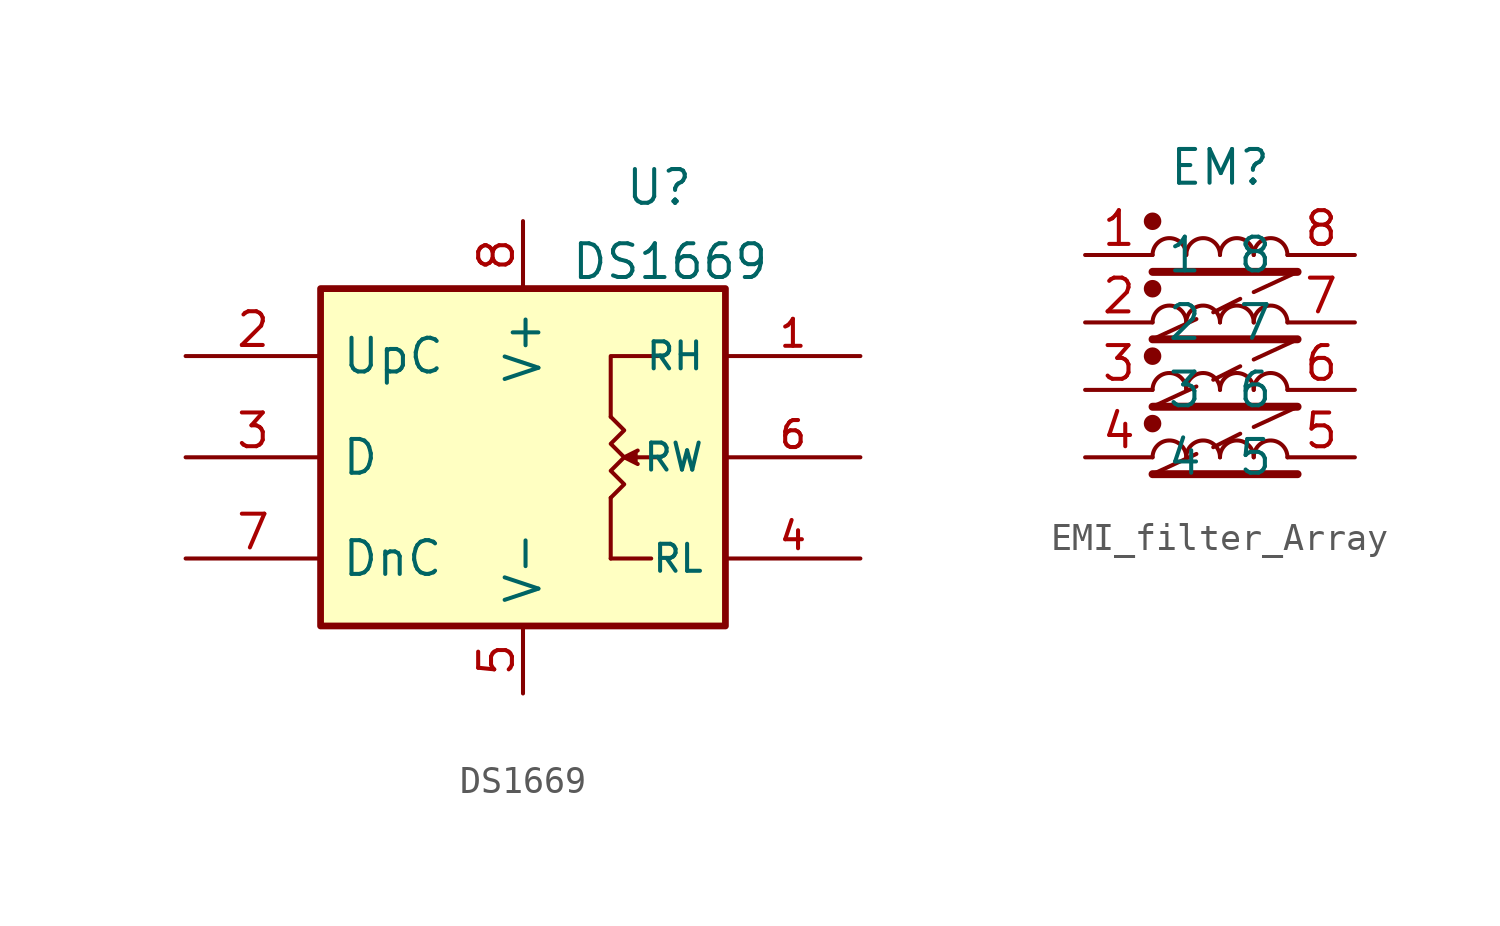
<source format=kicad_sym>
(kicad_symbol_lib
  (version 20241209)
  (generator "kicad_symbol_editor")
  (generator_version "9.0")
  (symbol "DS1669"
    (pin_names
      (offset 0.762))
    (property "Reference" "U"
      (at 3.81 10.16 0)
      (effects (font (size 1.27 1.27)) (justify left)))
    (property "Value" "DS1669"
      (at 1.778 7.366 0)
      (effects (font (size 1.27 1.27)) (justify left)))
    (symbol "DS1669_0_1"
      (rectangle (start -7.62 6.35) (end 7.62 -6.35) (stroke (width 0.254) (type default)) (fill (type background)))
      (polyline (pts (xy 3.302 1.524) (xy 3.302 3.81) (xy 5.08 3.81)) (stroke (width 0) (type default)) (fill (type none)))
      (polyline (pts (xy 3.302 -1.524) (xy 3.302 -3.81)) (stroke (width 0) (type default)) (fill (type none)))
      (polyline (pts (xy 3.81 0) (xy 3.302 0.508) (xy 3.81 1.016) (xy 3.302 1.524)) (stroke (width 0) (type default)) (fill (type none)))
      (polyline (pts (xy 3.81 0) (xy 3.302 -0.508) (xy 3.81 -1.016) (xy 3.302 -1.524) (xy 3.302 -1.524)) (stroke (width 0) (type default)) (fill (type none)))
      (polyline (pts (xy 4.318 -0.254) (xy 3.81 0) (xy 4.318 0.254)) (stroke (width 0) (type default)) (fill (type outline)))
      (polyline (pts (xy 4.826 -3.81) (xy 3.302 -3.81)) (stroke (width 0) (type default)) (fill (type none)))
      (polyline (pts (xy 5.08 0) (xy 4.318 0)) (stroke (width 0) (type default)) (fill (type none))))
    (symbol "DS1669_1_1"
      (pin input line (at -12.7 3.81 0) (length 5.08) (name "UpC" (effects (font (size 1.27 1.27)))) (number "2" (effects (font (size 1.27 1.27)))))
      (pin input line (at -12.7 0 0) (length 5.08) (name "D" (effects (font (size 1.27 1.27)))) (number "3" (effects (font (size 1.27 1.27)))))
      (pin input line (at -12.7 -3.81 0) (length 5.08) (name "DnC" (effects (font (size 1.27 1.27)))) (number "7" (effects (font (size 1.27 1.27)))))
      (pin power_in line (at 0 8.89 270) (length 2.54) (name "V+" (effects (font (size 1.27 1.27)))) (number "8" (effects (font (size 1.27 1.27)))))
      (pin power_in line (at 0 -8.89 90) (length 2.54) (name "V-" (effects (font (size 1.27 1.27)))) (number "5" (effects (font (size 1.27 1.27)))))
      (pin passive line (at 12.7 3.81 180) (length 5.08) (name "RH" (effects (font (size 1.016 1.016)))) (number "1" (effects (font (size 1.016 1.016)))))
      (pin passive line (at 12.7 0 180) (length 5.08) (name "RW" (effects (font (size 1.016 1.016)))) (number "6" (effects (font (size 1.016 1.016)))))
      (pin passive line (at 12.7 -3.81 180) (length 5.08) (name "RL" (effects (font (size 1.016 1.016)))) (number "4" (effects (font (size 1.016 1.016)))))))
  (symbol "EMI_filter_Array"
    (property "Reference" "EM"
      (at 0 7.112 0)
      (effects (font (size 1.27 1.27))))
    (property "Value" ""
      (at 0 0 0)
      (effects (font (size 1.27 1.27))))
    (symbol "EMI_filter_Array_0_1"
      (circle (center -2.54 5.08) (radius 0.254) (stroke (width 0) (type default)) (fill (type outline)))
      (polyline (pts (xy -2.54 3.175) (xy 2.921 3.175)) (stroke (width 0.3) (type default)) (fill (type none)))
      (circle (center -2.54 2.54) (radius 0.254) (stroke (width 0) (type default)) (fill (type outline)))
      (polyline (pts (xy -2.54 0.635) (xy 2.921 0.635)) (stroke (width 0.3) (type default)) (fill (type none)))
      (circle (center -2.54 0) (radius 0.254) (stroke (width 0) (type default)) (fill (type outline)))
      (polyline (pts (xy -2.54 -1.905) (xy 2.921 -1.905)) (stroke (width 0.3) (type default)) (fill (type none)))
      (circle (center -2.54 -2.54) (radius 0.254) (stroke (width 0) (type default)) (fill (type outline)))
      (polyline (pts (xy -2.54 -4.445) (xy 2.921 -4.445)) (stroke (width 0.3) (type default)) (fill (type none)))
      (arc (start -2.54 3.81) (mid -1.905 4.4423) (end -1.27 3.81) (stroke (width 0) (type default)) (fill (type none)))
      (arc (start -2.54 1.27) (mid -1.905 1.9023) (end -1.27 1.27) (stroke (width 0) (type default)) (fill (type none)))
      (arc (start -2.54 -1.27) (mid -1.905 -0.6377) (end -1.27 -1.27) (stroke (width 0) (type default)) (fill (type none)))
      (arc (start -2.54 -3.81) (mid -1.905 -3.1777) (end -1.27 -3.81) (stroke (width 0) (type default)) (fill (type none)))
      (polyline (pts (xy -0.889 1.397) (xy -2.54 0.635)) (stroke (width 0.152) (type default)) (fill (type none)))
      (polyline (pts (xy -0.889 -1.143) (xy -2.54 -1.905)) (stroke (width 0.152) (type default)) (fill (type none)))
      (polyline (pts (xy -0.889 -3.683) (xy -2.54 -4.445)) (stroke (width 0.152) (type default)) (fill (type none)))
      (arc (start -1.27 3.81) (mid -0.635 4.4423) (end 0 3.81) (stroke (width 0) (type default)) (fill (type none)))
      (arc (start -1.27 1.27) (mid -0.635 1.9023) (end 0 1.27) (stroke (width 0) (type default)) (fill (type none)))
      (arc (start -1.27 -1.27) (mid -0.635 -0.6377) (end 0 -1.27) (stroke (width 0) (type default)) (fill (type none)))
      (arc (start -1.27 -3.81) (mid -0.635 -3.1777) (end 0 -3.81) (stroke (width 0) (type default)) (fill (type none)))
      (arc (start 0 3.81) (mid 0.635 4.4423) (end 1.27 3.81) (stroke (width 0) (type default)) (fill (type none)))
      (arc (start 0 1.27) (mid 0.635 1.9023) (end 1.27 1.27) (stroke (width 0) (type default)) (fill (type none)))
      (arc (start 0 -1.27) (mid 0.635 -0.6377) (end 1.27 -1.27) (stroke (width 0) (type default)) (fill (type none)))
      (arc (start 0 -3.81) (mid 0.635 -3.1777) (end 1.27 -3.81) (stroke (width 0) (type default)) (fill (type none)))
      (polyline (pts (xy 0.762 2.159) (xy -0.254 1.651)) (stroke (width 0.152) (type default)) (fill (type none)))
      (polyline (pts (xy 0.762 -0.381) (xy -0.254 -0.889)) (stroke (width 0.152) (type default)) (fill (type none)))
      (polyline (pts (xy 0.762 -2.921) (xy -0.254 -3.429)) (stroke (width 0.152) (type default)) (fill (type none)))
      (arc (start 1.27 3.81) (mid 1.905 4.4423) (end 2.54 3.81) (stroke (width 0) (type default)) (fill (type none)))
      (arc (start 1.27 1.27) (mid 1.905 1.9023) (end 2.54 1.27) (stroke (width 0) (type default)) (fill (type none)))
      (arc (start 1.27 -1.27) (mid 1.905 -0.6377) (end 2.54 -1.27) (stroke (width 0) (type default)) (fill (type none)))
      (arc (start 1.27 -3.81) (mid 1.905 -3.1777) (end 2.54 -3.81) (stroke (width 0) (type default)) (fill (type none)))
      (polyline (pts (xy 2.921 3.175) (xy 1.27 2.413)) (stroke (width 0.152) (type default)) (fill (type none)))
      (polyline (pts (xy 2.921 0.635) (xy 1.27 -0.127)) (stroke (width 0.152) (type default)) (fill (type none)))
      (polyline (pts (xy 2.921 -1.905) (xy 1.27 -2.667)) (stroke (width 0.152) (type default)) (fill (type none))))
    (symbol "EMI_filter_Array_1_1"
      (pin passive line (at -5.08 3.81 0) (length 2.54) (name "1" (effects (font (size 1.27 1.27)))) (number "1" (effects (font (size 1.27 1.27)))))
      (pin passive line (at -5.08 1.27 0) (length 2.54) (name "2" (effects (font (size 1.27 1.27)))) (number "2" (effects (font (size 1.27 1.27)))))
      (pin passive line (at -5.08 -1.27 0) (length 2.54) (name "3" (effects (font (size 1.27 1.27)))) (number "3" (effects (font (size 1.27 1.27)))))
      (pin passive line (at -5.08 -3.81 0) (length 2.54) (name "4" (effects (font (size 1.27 1.27)))) (number "4" (effects (font (size 1.27 1.27)))))
      (pin passive line (at 5.08 3.81 180) (length 2.54) (name "8" (effects (font (size 1.27 1.27)))) (number "8" (effects (font (size 1.27 1.27)))))
      (pin passive line (at 5.08 1.27 180) (length 2.54) (name "7" (effects (font (size 1.27 1.27)))) (number "7" (effects (font (size 1.27 1.27)))))
      (pin passive line (at 5.08 -1.27 180) (length 2.54) (name "6" (effects (font (size 1.27 1.27)))) (number "6" (effects (font (size 1.27 1.27)))))
      (pin passive line (at 5.08 -3.81 180) (length 2.54) (name "5" (effects (font (size 1.27 1.27)))) (number "5" (effects (font (size 1.27 1.27))))))))
</source>
